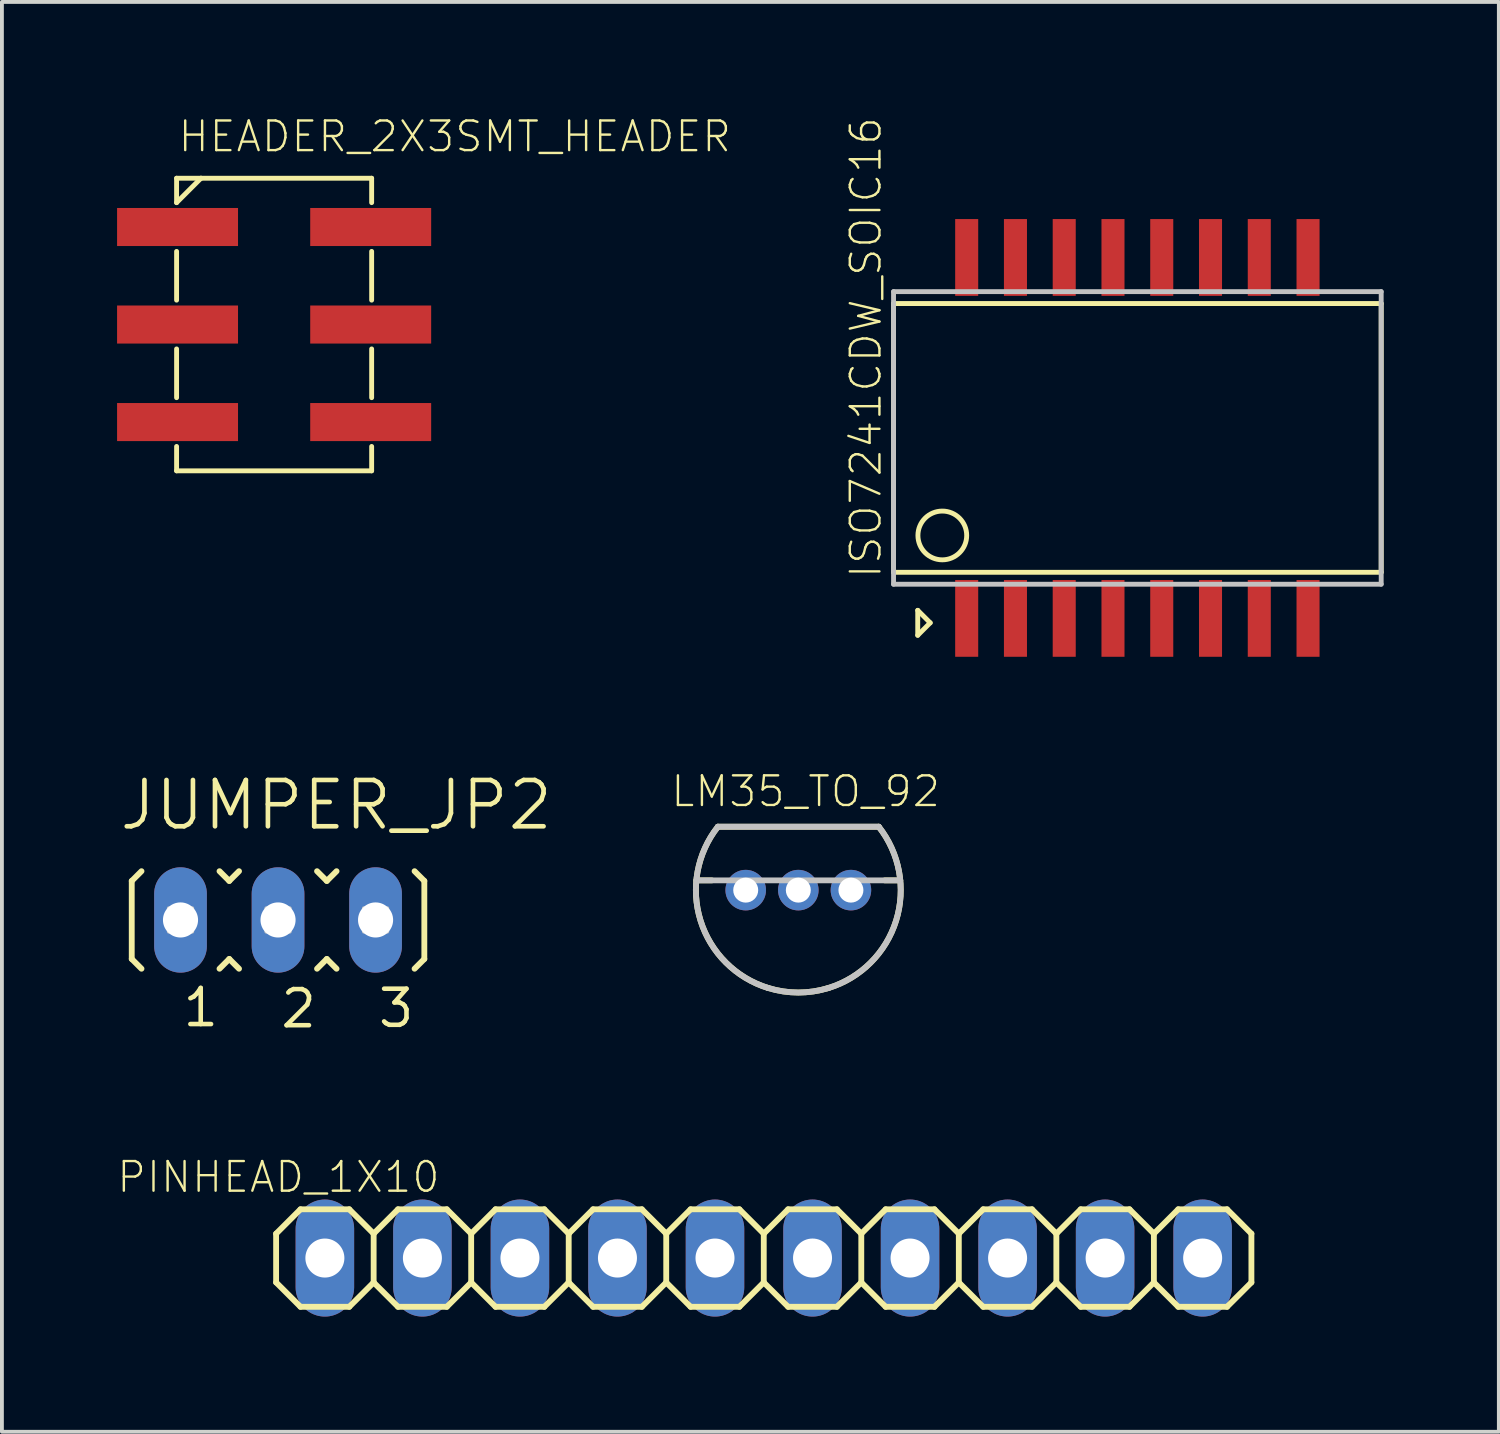
<source format=kicad_pcb>
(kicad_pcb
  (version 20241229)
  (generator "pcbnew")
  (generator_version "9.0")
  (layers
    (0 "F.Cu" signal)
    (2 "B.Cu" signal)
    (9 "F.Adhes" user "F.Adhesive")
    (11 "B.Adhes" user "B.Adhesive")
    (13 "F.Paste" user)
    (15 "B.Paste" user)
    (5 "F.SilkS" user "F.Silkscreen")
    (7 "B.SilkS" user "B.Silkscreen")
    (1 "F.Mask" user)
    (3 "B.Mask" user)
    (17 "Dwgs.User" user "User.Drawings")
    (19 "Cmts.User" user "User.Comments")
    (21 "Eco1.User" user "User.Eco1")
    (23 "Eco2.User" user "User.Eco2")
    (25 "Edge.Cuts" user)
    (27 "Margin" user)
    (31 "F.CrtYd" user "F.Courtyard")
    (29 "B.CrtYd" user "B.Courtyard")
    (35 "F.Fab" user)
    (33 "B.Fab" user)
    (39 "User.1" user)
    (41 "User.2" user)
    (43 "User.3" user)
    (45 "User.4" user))
  (footprint "LM35_TO_92"
    (layer "F.Cu")
    (at 17.741 20.132)
    (property "Reference" "LM35_TO_92" (at -3.36 -2.12 180) (layer "F.SilkS") (effects (font (size 0.772 0.772) (thickness 0.062)) (justify left bottom)))
    (attr through_hole)
    (fp_line (start -2.254 -0.254) (end -2.655 -0.254) (stroke (width 0.152) (type solid)) (layer "F.SilkS"))
    (fp_line (start 2.095 -1.651) (end -2.095 -1.651) (stroke (width 0.152) (type solid)) (layer "F.SilkS"))
    (fp_line (start 2.655 -0.254) (end 2.254 -0.254) (stroke (width 0.152) (type solid)) (layer "F.SilkS"))
    (fp_arc (start -0.7869 2.5484) (mid -2.546798 0.793168) (end -2.094999 -1.651001) (stroke (width 0.1524) (type solid)) (layer "F.SilkS"))
    (fp_arc (start 0.7864 2.5484) (mid 0 2.666977) (end -0.7864 2.5484) (stroke (width 0.1524) (type solid)) (layer "F.SilkS"))
    (fp_arc (start 2.095 -1.651) (mid 2.546798 0.793169) (end 0.786898 2.5484) (stroke (width 0.1524) (type solid)) (layer "F.SilkS"))
    (fp_line (start 2.095 -1.651) (end -2.095 -1.651) (stroke (width 0.152) (type solid)) (layer "Dwgs.User"))
    (fp_line (start 2.655 -0.254) (end -2.655 -0.254) (stroke (width 0.152) (type solid)) (layer "Dwgs.User"))
    (fp_arc (start -0.7869 2.5484) (mid -2.546798 0.793168) (end -2.094999 -1.651001) (stroke (width 0.1524) (type solid)) (layer "Dwgs.User"))
    (fp_arc (start 0.7864 2.5484) (mid 0 2.666977) (end -0.7864 2.5484) (stroke (width 0.1524) (type solid)) (layer "Dwgs.User"))
    (fp_arc (start 2.095 -1.651) (mid 2.546798 0.793169) (end 0.786898 2.5484) (stroke (width 0.1524) (type solid)) (layer "Dwgs.User"))
    (pad "1" thru_hole circle (at -1.37 0 180) (size 1.056 1.056) (drill 0.65) (layers "*.Cu" "*.Mask"))
    (pad "2" thru_hole circle (at 0 0 270) (size 1.056 1.056) (drill 0.65) (layers "*.Cu" "*.Mask"))
    (pad "3" thru_hole circle (at 1.37 0 180) (size 1.056 1.056) (drill 0.65) (layers "*.Cu" "*.Mask")))
  (footprint "HEADER_2X3SMT_HEADER"
    (layer "F.Cu")
    (at 4.089 5.402)
    (property "Reference" "HEADER_2X3SMT_HEADER" (at -2.54 -4.445 0) (layer "F.SilkS") (effects (font (size 0.772 0.772) (thickness 0.062)) (justify left bottom)))
    (attr through_hole)
    (fp_line (start -2.54 -3.81) (end -1.905 -3.81) (stroke (width 0.127) (type solid)) (layer "F.SilkS"))
    (fp_line (start -2.54 -3.175) (end -2.54 -3.81) (stroke (width 0.127) (type solid)) (layer "F.SilkS"))
    (fp_line (start -2.54 -3.175) (end -1.905 -3.81) (stroke (width 0.127) (type solid)) (layer "F.SilkS"))
    (fp_line (start -2.54 -0.635) (end -2.54 -1.905) (stroke (width 0.127) (type solid)) (layer "F.SilkS"))
    (fp_line (start -2.54 1.905) (end -2.54 0.635) (stroke (width 0.127) (type solid)) (layer "F.SilkS"))
    (fp_line (start -2.54 3.81) (end -2.54 3.175) (stroke (width 0.127) (type solid)) (layer "F.SilkS"))
    (fp_line (start -1.905 -3.81) (end 2.54 -3.81) (stroke (width 0.127) (type solid)) (layer "F.SilkS"))
    (fp_line (start 2.54 -3.81) (end 2.54 -3.175) (stroke (width 0.127) (type solid)) (layer "F.SilkS"))
    (fp_line (start 2.54 -1.905) (end 2.54 -0.635) (stroke (width 0.127) (type solid)) (layer "F.SilkS"))
    (fp_line (start 2.54 0.635) (end 2.54 1.905) (stroke (width 0.127) (type solid)) (layer "F.SilkS"))
    (fp_line (start 2.54 3.175) (end 2.54 3.81) (stroke (width 0.127) (type solid)) (layer "F.SilkS"))
    (fp_line (start 2.54 3.81) (end -2.54 3.81) (stroke (width 0.127) (type solid)) (layer "F.SilkS"))
    (pad "P$1" smd rect (at -2.515 -2.54) (size 3.15 0.991) (layers "F.Cu" "F.Mask" "F.Paste"))
    (pad "P$2" smd rect (at -2.515 0) (size 3.15 0.991) (layers "F.Cu" "F.Mask" "F.Paste"))
    (pad "P$3" smd rect (at -2.515 2.54) (size 3.15 0.991) (layers "F.Cu" "F.Mask" "F.Paste"))
    (pad "P$4" smd rect (at 2.515 2.54) (size 3.15 0.991) (layers "F.Cu" "F.Mask" "F.Paste"))
    (pad "P$5" smd rect (at 2.515 0) (size 3.15 0.991) (layers "F.Cu" "F.Mask" "F.Paste"))
    (pad "P$6" smd rect (at 2.515 -2.54) (size 3.15 0.991) (layers "F.Cu" "F.Mask" "F.Paste")))
  (footprint "PINHEAD_1X10"
    (layer "F.Cu")
    (at 16.841 29.714)
    (property "Reference" "PINHEAD_1X10" (at -8.39 -2.56 0) (layer "F.SilkS") (effects (font (size 0.772 0.772) (thickness 0.062)) (justify right top)))
    (attr through_hole)
    (fp_line (start -12.7 -0.635) (end -12.7 0.635) (stroke (width 0.152) (type solid)) (layer "F.SilkS"))
    (fp_line (start -12.7 0.635) (end -12.065 1.27) (stroke (width 0.152) (type solid)) (layer "F.SilkS"))
    (fp_line (start -12.065 -1.27) (end -12.7 -0.635) (stroke (width 0.152) (type solid)) (layer "F.SilkS"))
    (fp_line (start -12.065 -1.27) (end -10.795 -1.27) (stroke (width 0.152) (type solid)) (layer "F.SilkS"))
    (fp_line (start -10.795 -1.27) (end -10.16 -0.635) (stroke (width 0.152) (type solid)) (layer "F.SilkS"))
    (fp_line (start -10.795 1.27) (end -12.065 1.27) (stroke (width 0.152) (type solid)) (layer "F.SilkS"))
    (fp_line (start -10.16 -0.635) (end -10.16 0.635) (stroke (width 0.152) (type solid)) (layer "F.SilkS"))
    (fp_line (start -10.16 -0.635) (end -9.525 -1.27) (stroke (width 0.152) (type solid)) (layer "F.SilkS"))
    (fp_line (start -10.16 0.635) (end -10.795 1.27) (stroke (width 0.152) (type solid)) (layer "F.SilkS"))
    (fp_line (start -9.525 -1.27) (end -8.255 -1.27) (stroke (width 0.152) (type solid)) (layer "F.SilkS"))
    (fp_line (start -9.525 1.27) (end -10.16 0.635) (stroke (width 0.152) (type solid)) (layer "F.SilkS"))
    (fp_line (start -8.255 -1.27) (end -7.62 -0.635) (stroke (width 0.152) (type solid)) (layer "F.SilkS"))
    (fp_line (start -8.255 1.27) (end -9.525 1.27) (stroke (width 0.152) (type solid)) (layer "F.SilkS"))
    (fp_line (start -7.62 -0.635) (end -7.62 0.635) (stroke (width 0.152) (type solid)) (layer "F.SilkS"))
    (fp_line (start -7.62 -0.635) (end -6.985 -1.27) (stroke (width 0.152) (type solid)) (layer "F.SilkS"))
    (fp_line (start -7.62 0.635) (end -8.255 1.27) (stroke (width 0.152) (type solid)) (layer "F.SilkS"))
    (fp_line (start -6.985 -1.27) (end -5.715 -1.27) (stroke (width 0.152) (type solid)) (layer "F.SilkS"))
    (fp_line (start -6.985 1.27) (end -7.62 0.635) (stroke (width 0.152) (type solid)) (layer "F.SilkS"))
    (fp_line (start -5.715 -1.27) (end -5.08 -0.635) (stroke (width 0.152) (type solid)) (layer "F.SilkS"))
    (fp_line (start -5.715 1.27) (end -6.985 1.27) (stroke (width 0.152) (type solid)) (layer "F.SilkS"))
    (fp_line (start -5.08 -0.635) (end -5.08 0.635) (stroke (width 0.152) (type solid)) (layer "F.SilkS"))
    (fp_line (start -5.08 0.635) (end -5.715 1.27) (stroke (width 0.152) (type solid)) (layer "F.SilkS"))
    (fp_line (start -5.08 0.635) (end -4.445 1.27) (stroke (width 0.152) (type solid)) (layer "F.SilkS"))
    (fp_line (start -4.445 -1.27) (end -5.08 -0.635) (stroke (width 0.152) (type solid)) (layer "F.SilkS"))
    (fp_line (start -4.445 -1.27) (end -3.175 -1.27) (stroke (width 0.152) (type solid)) (layer "F.SilkS"))
    (fp_line (start -3.175 -1.27) (end -2.54 -0.635) (stroke (width 0.152) (type solid)) (layer "F.SilkS"))
    (fp_line (start -3.175 1.27) (end -4.445 1.27) (stroke (width 0.152) (type solid)) (layer "F.SilkS"))
    (fp_line (start -2.54 -0.635) (end -2.54 0.635) (stroke (width 0.152) (type solid)) (layer "F.SilkS"))
    (fp_line (start -2.54 -0.635) (end -1.905 -1.27) (stroke (width 0.152) (type solid)) (layer "F.SilkS"))
    (fp_line (start -2.54 0.635) (end -3.175 1.27) (stroke (width 0.152) (type solid)) (layer "F.SilkS"))
    (fp_line (start -1.905 -1.27) (end -0.635 -1.27) (stroke (width 0.152) (type solid)) (layer "F.SilkS"))
    (fp_line (start -1.905 1.27) (end -2.54 0.635) (stroke (width 0.152) (type solid)) (layer "F.SilkS"))
    (fp_line (start -0.635 -1.27) (end 0 -0.635) (stroke (width 0.152) (type solid)) (layer "F.SilkS"))
    (fp_line (start -0.635 1.27) (end -1.905 1.27) (stroke (width 0.152) (type solid)) (layer "F.SilkS"))
    (fp_line (start 0 -0.635) (end 0 0.635) (stroke (width 0.152) (type solid)) (layer "F.SilkS"))
    (fp_line (start 0 -0.635) (end 0.635 -1.27) (stroke (width 0.152) (type solid)) (layer "F.SilkS"))
    (fp_line (start 0 0.635) (end -0.635 1.27) (stroke (width 0.152) (type solid)) (layer "F.SilkS"))
    (fp_line (start 0.635 -1.27) (end 1.905 -1.27) (stroke (width 0.152) (type solid)) (layer "F.SilkS"))
    (fp_line (start 0.635 1.27) (end 0 0.635) (stroke (width 0.152) (type solid)) (layer "F.SilkS"))
    (fp_line (start 1.905 -1.27) (end 2.54 -0.635) (stroke (width 0.152) (type solid)) (layer "F.SilkS"))
    (fp_line (start 1.905 1.27) (end 0.635 1.27) (stroke (width 0.152) (type solid)) (layer "F.SilkS"))
    (fp_line (start 2.54 -0.635) (end 2.54 0.635) (stroke (width 0.152) (type solid)) (layer "F.SilkS"))
    (fp_line (start 2.54 0.635) (end 1.905 1.27) (stroke (width 0.152) (type solid)) (layer "F.SilkS"))
    (fp_line (start 2.54 0.635) (end 3.175 1.27) (stroke (width 0.152) (type solid)) (layer "F.SilkS"))
    (fp_line (start 3.175 -1.27) (end 2.54 -0.635) (stroke (width 0.152) (type solid)) (layer "F.SilkS"))
    (fp_line (start 3.175 -1.27) (end 4.445 -1.27) (stroke (width 0.152) (type solid)) (layer "F.SilkS"))
    (fp_line (start 4.445 -1.27) (end 5.08 -0.635) (stroke (width 0.152) (type solid)) (layer "F.SilkS"))
    (fp_line (start 4.445 1.27) (end 3.175 1.27) (stroke (width 0.152) (type solid)) (layer "F.SilkS"))
    (fp_line (start 5.08 -0.635) (end 5.08 0.635) (stroke (width 0.152) (type solid)) (layer "F.SilkS"))
    (fp_line (start 5.08 -0.635) (end 5.715 -1.27) (stroke (width 0.152) (type solid)) (layer "F.SilkS"))
    (fp_line (start 5.08 0.635) (end 4.445 1.27) (stroke (width 0.152) (type solid)) (layer "F.SilkS"))
    (fp_line (start 5.715 -1.27) (end 6.985 -1.27) (stroke (width 0.152) (type solid)) (layer "F.SilkS"))
    (fp_line (start 5.715 1.27) (end 5.08 0.635) (stroke (width 0.152) (type solid)) (layer "F.SilkS"))
    (fp_line (start 6.985 -1.27) (end 7.62 -0.635) (stroke (width 0.152) (type solid)) (layer "F.SilkS"))
    (fp_line (start 6.985 1.27) (end 5.715 1.27) (stroke (width 0.152) (type solid)) (layer "F.SilkS"))
    (fp_line (start 7.62 -0.635) (end 7.62 0.635) (stroke (width 0.152) (type solid)) (layer "F.SilkS"))
    (fp_line (start 7.62 -0.635) (end 8.255 -1.27) (stroke (width 0.152) (type solid)) (layer "F.SilkS"))
    (fp_line (start 7.62 0.635) (end 6.985 1.27) (stroke (width 0.152) (type solid)) (layer "F.SilkS"))
    (fp_line (start 8.255 -1.27) (end 9.525 -1.27) (stroke (width 0.152) (type solid)) (layer "F.SilkS"))
    (fp_line (start 8.255 1.27) (end 7.62 0.635) (stroke (width 0.152) (type solid)) (layer "F.SilkS"))
    (fp_line (start 9.525 -1.27) (end 10.16 -0.635) (stroke (width 0.152) (type solid)) (layer "F.SilkS"))
    (fp_line (start 9.525 1.27) (end 8.255 1.27) (stroke (width 0.152) (type solid)) (layer "F.SilkS"))
    (fp_line (start 10.16 -0.635) (end 10.16 0.635) (stroke (width 0.152) (type solid)) (layer "F.SilkS"))
    (fp_line (start 10.16 0.635) (end 9.525 1.27) (stroke (width 0.152) (type solid)) (layer "F.SilkS"))
    (fp_line (start 10.16 0.635) (end 10.795 1.27) (stroke (width 0.152) (type solid)) (layer "F.SilkS"))
    (fp_line (start 10.795 -1.27) (end 10.16 -0.635) (stroke (width 0.152) (type solid)) (layer "F.SilkS"))
    (fp_line (start 10.795 -1.27) (end 12.065 -1.27) (stroke (width 0.152) (type solid)) (layer "F.SilkS"))
    (fp_line (start 12.065 -1.27) (end 12.7 -0.635) (stroke (width 0.152) (type solid)) (layer "F.SilkS"))
    (fp_line (start 12.065 1.27) (end 10.795 1.27) (stroke (width 0.152) (type solid)) (layer "F.SilkS"))
    (fp_line (start 12.7 -0.635) (end 12.7 0.635) (stroke (width 0.152) (type solid)) (layer "F.SilkS"))
    (fp_line (start 12.7 0.635) (end 12.065 1.27) (stroke (width 0.152) (type solid)) (layer "F.SilkS"))
    (fp_poly (pts (xy -11.684 0.254) (xy -11.176 0.254) (xy -11.176 -0.254) (xy -11.684 -0.254)) (stroke (width 0.1) (type solid)) (fill no) (layer "Dwgs.User"))
    (fp_poly (pts (xy -9.144 0.254) (xy -8.636 0.254) (xy -8.636 -0.254) (xy -9.144 -0.254)) (stroke (width 0.1) (type solid)) (fill no) (layer "Dwgs.User"))
    (fp_poly (pts (xy -6.604 0.254) (xy -6.096 0.254) (xy -6.096 -0.254) (xy -6.604 -0.254)) (stroke (width 0.1) (type solid)) (fill no) (layer "Dwgs.User"))
    (fp_poly (pts (xy -4.064 0.254) (xy -3.556 0.254) (xy -3.556 -0.254) (xy -4.064 -0.254)) (stroke (width 0.1) (type solid)) (fill no) (layer "Dwgs.User"))
    (fp_poly (pts (xy -1.524 0.254) (xy -1.016 0.254) (xy -1.016 -0.254) (xy -1.524 -0.254)) (stroke (width 0.1) (type solid)) (fill no) (layer "Dwgs.User"))
    (fp_poly (pts (xy 1.016 0.254) (xy 1.524 0.254) (xy 1.524 -0.254) (xy 1.016 -0.254)) (stroke (width 0.1) (type solid)) (fill no) (layer "Dwgs.User"))
    (fp_poly (pts (xy 3.556 0.254) (xy 4.064 0.254) (xy 4.064 -0.254) (xy 3.556 -0.254)) (stroke (width 0.1) (type solid)) (fill no) (layer "Dwgs.User"))
    (fp_poly (pts (xy 6.096 0.254) (xy 6.604 0.254) (xy 6.604 -0.254) (xy 6.096 -0.254)) (stroke (width 0.1) (type solid)) (fill no) (layer "Dwgs.User"))
    (fp_poly (pts (xy 8.636 0.254) (xy 9.144 0.254) (xy 9.144 -0.254) (xy 8.636 -0.254)) (stroke (width 0.1) (type solid)) (fill no) (layer "Dwgs.User"))
    (fp_poly (pts (xy 11.176 0.254) (xy 11.684 0.254) (xy 11.684 -0.254) (xy 11.176 -0.254)) (stroke (width 0.1) (type solid)) (fill no) (layer "Dwgs.User"))
    (pad "1" thru_hole oval (at -11.43 0 90) (size 3.048 1.524) (drill 1.016) (layers "*.Cu" "*.Mask"))
    (pad "2" thru_hole oval (at -8.89 0 90) (size 3.048 1.524) (drill 1.016) (layers "*.Cu" "*.Mask"))
    (pad "3" thru_hole oval (at -6.35 0 90) (size 3.048 1.524) (drill 1.016) (layers "*.Cu" "*.Mask"))
    (pad "4" thru_hole oval (at -3.81 0 90) (size 3.048 1.524) (drill 1.016) (layers "*.Cu" "*.Mask"))
    (pad "5" thru_hole oval (at -1.27 0 90) (size 3.048 1.524) (drill 1.016) (layers "*.Cu" "*.Mask"))
    (pad "6" thru_hole oval (at 1.27 0 90) (size 3.048 1.524) (drill 1.016) (layers "*.Cu" "*.Mask"))
    (pad "7" thru_hole oval (at 3.81 0 90) (size 3.048 1.524) (drill 1.016) (layers "*.Cu" "*.Mask"))
    (pad "8" thru_hole oval (at 6.35 0 90) (size 3.048 1.524) (drill 1.016) (layers "*.Cu" "*.Mask"))
    (pad "9" thru_hole oval (at 8.89 0 90) (size 3.048 1.524) (drill 1.016) (layers "*.Cu" "*.Mask"))
    (pad "10" thru_hole oval (at 11.43 0 90) (size 3.048 1.524) (drill 1.016) (layers "*.Cu" "*.Mask")))
  (footprint "JUMPER_JP2"
    (layer "F.Cu")
    (at 4.191 20.909)
    (property "Reference" "JUMPER_JP2" (at -4.191 -2.286 0) (layer "F.SilkS") (effects (font (size 1.206 1.206) (thickness 0.121)) (justify left bottom)))
    (attr through_hole)
    (fp_line (start -3.81 -1.016) (end -3.556 -1.27) (stroke (width 0.152) (type solid)) (layer "F.SilkS"))
    (fp_line (start -3.81 1.016) (end -3.81 -1.016) (stroke (width 0.152) (type solid)) (layer "F.SilkS"))
    (fp_line (start -3.81 1.016) (end -3.556 1.27) (stroke (width 0.152) (type solid)) (layer "F.SilkS"))
    (fp_line (start -1.524 -1.27) (end -1.27 -1.016) (stroke (width 0.152) (type solid)) (layer "F.SilkS"))
    (fp_line (start -1.524 1.27) (end -1.27 1.016) (stroke (width 0.152) (type solid)) (layer "F.SilkS"))
    (fp_line (start -1.27 -1.016) (end -1.016 -1.27) (stroke (width 0.152) (type solid)) (layer "F.SilkS"))
    (fp_line (start -1.27 1.016) (end -1.016 1.27) (stroke (width 0.152) (type solid)) (layer "F.SilkS"))
    (fp_line (start 1.016 -1.27) (end 1.27 -1.016) (stroke (width 0.152) (type solid)) (layer "F.SilkS"))
    (fp_line (start 1.016 1.27) (end 1.27 1.016) (stroke (width 0.152) (type solid)) (layer "F.SilkS"))
    (fp_line (start 1.27 -1.016) (end 1.524 -1.27) (stroke (width 0.152) (type solid)) (layer "F.SilkS"))
    (fp_line (start 1.27 1.016) (end 1.524 1.27) (stroke (width 0.152) (type solid)) (layer "F.SilkS"))
    (fp_line (start 3.556 -1.27) (end 3.81 -1.016) (stroke (width 0.152) (type solid)) (layer "F.SilkS"))
    (fp_line (start 3.556 1.27) (end 3.81 1.016) (stroke (width 0.152) (type solid)) (layer "F.SilkS"))
    (fp_line (start 3.81 -1.016) (end 3.81 1.016) (stroke (width 0.152) (type solid)) (layer "F.SilkS"))
    (fp_poly (pts (xy -2.845 0.305) (xy -2.235 0.305) (xy -2.235 -0.305) (xy -2.845 -0.305)) (stroke (width 0.1) (type solid)) (fill no) (layer "Dwgs.User"))
    (fp_poly (pts (xy -0.305 0.305) (xy 0.305 0.305) (xy 0.305 -0.305) (xy -0.305 -0.305)) (stroke (width 0.1) (type solid)) (fill no) (layer "Dwgs.User"))
    (fp_poly (pts (xy 2.235 0.305) (xy 2.845 0.305) (xy 2.845 -0.305) (xy 2.235 -0.305)) (stroke (width 0.1) (type solid)) (fill no) (layer "Dwgs.User"))
    (fp_text user "1" (at -2.54 2.832 0) (layer "F.SilkS") (effects (font (size 0.941 0.941) (thickness 0.119)) (justify left bottom)))
    (fp_text user "3" (at 2.55 2.852 0) (layer "F.SilkS") (effects (font (size 0.941 0.941) (thickness 0.119)) (justify left bottom)))
    (fp_text user "2" (at 0.01 2.862 0) (layer "F.SilkS") (effects (font (size 0.941 0.941) (thickness 0.119)) (justify left bottom)))
    (pad "1" thru_hole oval (at -2.54 0 90) (size 2.743 1.372) (drill 0.914) (layers "*.Cu" "*.Mask"))
    (pad "2" thru_hole oval (at 0 0 90) (size 2.743 1.372) (drill 0.914) (layers "*.Cu" "*.Mask"))
    (pad "3" thru_hole oval (at 2.54 0 90) (size 2.743 1.372) (drill 0.914) (layers "*.Cu" "*.Mask")))
  (footprint "ISO7241CDW_SOIC16"
    (layer "F.Cu")
    (at 26.571 8.355)
    (property "Reference" "ISO7241CDW_SOIC16" (at -6.62 3.7 90) (layer "F.SilkS") (effects (font (size 0.772 0.772) (thickness 0.062)) (justify left bottom)))
    (attr through_hole)
    (fp_line (start -6.35 -3.5) (end -6.35 3.5) (stroke (width 0.127) (type solid)) (layer "F.SilkS"))
    (fp_line (start -6.35 3.5) (end 6.35 3.5) (stroke (width 0.127) (type solid)) (layer "F.SilkS"))
    (fp_line (start -5.72 4.49) (end -5.72 5.14) (stroke (width 0.127) (type solid)) (layer "F.SilkS"))
    (fp_line (start -5.72 5.14) (end -5.395 4.815) (stroke (width 0.127) (type solid)) (layer "F.SilkS"))
    (fp_line (start -5.395 4.815) (end -5.72 4.49) (stroke (width 0.127) (type solid)) (layer "F.SilkS"))
    (fp_line (start 6.35 -3.5) (end -6.35 -3.5) (stroke (width 0.127) (type solid)) (layer "F.SilkS"))
    (fp_line (start 6.35 3.5) (end 6.35 -3.5) (stroke (width 0.127) (type solid)) (layer "F.SilkS"))
    (fp_circle (center -5.08 2.54) (end -4.445 2.54) (stroke (width 0.127) (type solid)) (fill no) (layer "F.SilkS"))
    (fp_line (start -6.35 -3.81) (end 6.35 -3.81) (stroke (width 0.127) (type solid)) (layer "Dwgs.User"))
    (fp_line (start -6.35 3.81) (end -6.35 -3.81) (stroke (width 0.127) (type solid)) (layer "Dwgs.User"))
    (fp_line (start 6.35 -3.81) (end 6.35 3.81) (stroke (width 0.127) (type solid)) (layer "Dwgs.User"))
    (fp_line (start 6.35 3.81) (end -6.35 3.81) (stroke (width 0.127) (type solid)) (layer "Dwgs.User"))
    (pad "1" smd rect (at -4.445 4.7 90) (size 2 0.6) (layers "F.Cu" "F.Mask" "F.Paste"))
    (pad "2" smd rect (at -3.175 4.7 90) (size 2 0.6) (layers "F.Cu" "F.Mask" "F.Paste"))
    (pad "3" smd rect (at -1.905 4.7 90) (size 2 0.6) (layers "F.Cu" "F.Mask" "F.Paste"))
    (pad "4" smd rect (at -0.635 4.7 90) (size 2 0.6) (layers "F.Cu" "F.Mask" "F.Paste"))
    (pad "5" smd rect (at 0.635 4.7 90) (size 2 0.6) (layers "F.Cu" "F.Mask" "F.Paste"))
    (pad "6" smd rect (at 1.905 4.7 90) (size 2 0.6) (layers "F.Cu" "F.Mask" "F.Paste"))
    (pad "7" smd rect (at 3.175 4.7 90) (size 2 0.6) (layers "F.Cu" "F.Mask" "F.Paste"))
    (pad "8" smd rect (at 4.445 4.7 90) (size 2 0.6) (layers "F.Cu" "F.Mask" "F.Paste"))
    (pad "9" smd rect (at 4.445 -4.7 270) (size 2 0.6) (layers "F.Cu" "F.Mask" "F.Paste"))
    (pad "10" smd rect (at 3.175 -4.7 270) (size 2 0.6) (layers "F.Cu" "F.Mask" "F.Paste"))
    (pad "11" smd rect (at 1.905 -4.7 270) (size 2 0.6) (layers "F.Cu" "F.Mask" "F.Paste"))
    (pad "12" smd rect (at 0.635 -4.7 270) (size 2 0.6) (layers "F.Cu" "F.Mask" "F.Paste"))
    (pad "13" smd rect (at -0.635 -4.7 270) (size 2 0.6) (layers "F.Cu" "F.Mask" "F.Paste"))
    (pad "14" smd rect (at -1.905 -4.7 270) (size 2 0.6) (layers "F.Cu" "F.Mask" "F.Paste"))
    (pad "15" smd rect (at -3.175 -4.7 270) (size 2 0.6) (layers "F.Cu" "F.Mask" "F.Paste"))
    (pad "16" smd rect (at -4.445 -4.7 270) (size 2 0.6) (layers "F.Cu" "F.Mask" "F.Paste")))
  (gr_rect
    (start -3 -3)
    (end 35.985 34.238)
    (stroke (width 0.1) (type default))
    (fill no)
    (layer "Edge.Cuts")))
</source>
